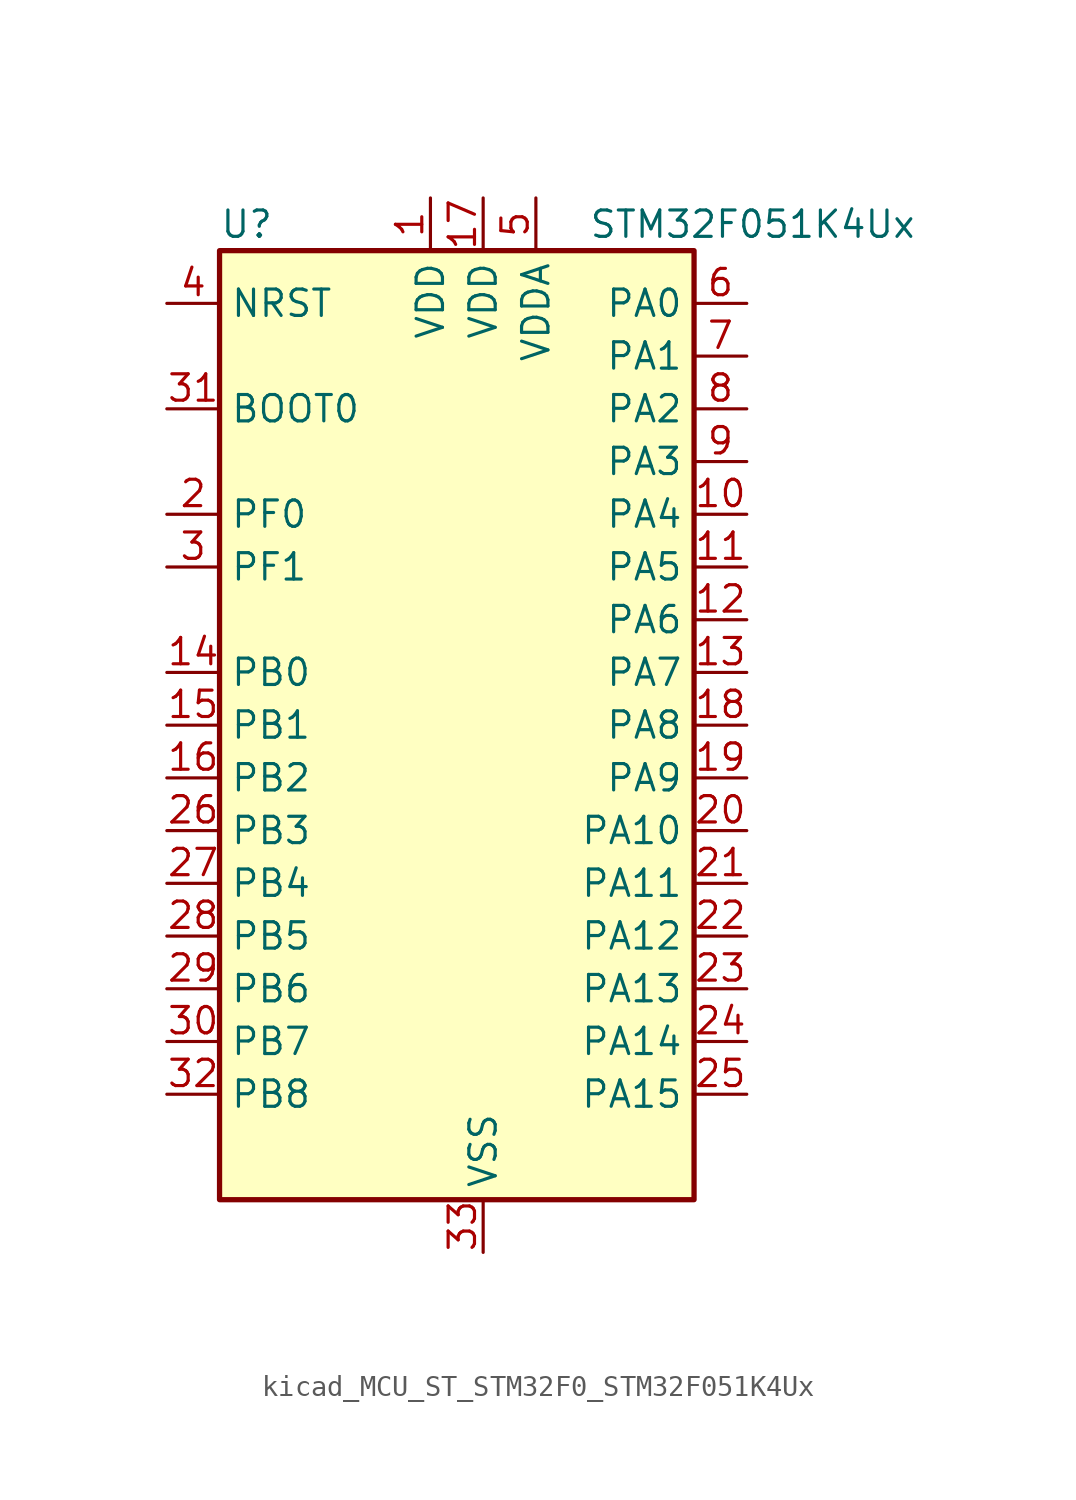
<source format=kicad_sym>
(kicad_symbol_lib
  (version 20220914)
  (generator kicad_symbol_editor)
  (symbol "kicad_MCU_ST_STM32F0_STM32F051K4Ux"
    (property "Reference" "U"
      (at -10.16 24.13 0)
      (effects (font (size 1.27 1.27)) (justify left)))
    (property "Value" "STM32F051K4Ux"
      (at 7.62 24.13 0)
      (effects (font (size 1.27 1.27)) (justify left)))
    (property "ki_locked" ""
      (at 0 0 0)
      (effects (font (size 1.27 1.27))))
    (symbol "kicad_MCU_ST_STM32F0_STM32F051K4Ux_0_1"
      (rectangle (start -10.16 -22.86) (end 12.7 22.86) (stroke (width 0.254) (type default)) (fill (type background))))
    (symbol "kicad_MCU_ST_STM32F0_STM32F051K4Ux_1_1"
      (pin power_in line (at 0 25.4 270) (length 2.54) (name "VDD" (effects (font (size 1.27 1.27)))) (number "1" (effects (font (size 1.27 1.27)))))
      (pin bidirectional line (at 15.24 10.16 180) (length 2.54) (name "PA4" (effects (font (size 1.27 1.27)))) (number "10" (effects (font (size 1.27 1.27)))) (alternate "ADC_IN4" bidirectional line) (alternate "COMP1_INM" bidirectional line) (alternate "COMP2_INM" bidirectional line) (alternate "DAC1_OUT1" bidirectional line) (alternate "I2S1_WS" bidirectional line) (alternate "SPI1_NSS" bidirectional line) (alternate "TIM14_CH1" bidirectional line) (alternate "TSC_G2_IO1" bidirectional line))
      (pin bidirectional line (at 15.24 7.62 180) (length 2.54) (name "PA5" (effects (font (size 1.27 1.27)))) (number "11" (effects (font (size 1.27 1.27)))) (alternate "ADC_IN5" bidirectional line) (alternate "CEC" bidirectional line) (alternate "COMP1_INM" bidirectional line) (alternate "COMP2_INM" bidirectional line) (alternate "I2S1_CK" bidirectional line) (alternate "SPI1_SCK" bidirectional line) (alternate "TIM2_CH1" bidirectional line) (alternate "TIM2_ETR" bidirectional line) (alternate "TSC_G2_IO2" bidirectional line))
      (pin bidirectional line (at 15.24 5.08 180) (length 2.54) (name "PA6" (effects (font (size 1.27 1.27)))) (number "12" (effects (font (size 1.27 1.27)))) (alternate "ADC_IN6" bidirectional line) (alternate "COMP1_OUT" bidirectional line) (alternate "I2S1_MCK" bidirectional line) (alternate "SPI1_MISO" bidirectional line) (alternate "TIM16_CH1" bidirectional line) (alternate "TIM1_BKIN" bidirectional line) (alternate "TIM3_CH1" bidirectional line) (alternate "TSC_G2_IO3" bidirectional line))
      (pin bidirectional line (at 15.24 2.54 180) (length 2.54) (name "PA7" (effects (font (size 1.27 1.27)))) (number "13" (effects (font (size 1.27 1.27)))) (alternate "ADC_IN7" bidirectional line) (alternate "COMP2_OUT" bidirectional line) (alternate "I2S1_SD" bidirectional line) (alternate "SPI1_MOSI" bidirectional line) (alternate "TIM14_CH1" bidirectional line) (alternate "TIM17_CH1" bidirectional line) (alternate "TIM1_CH1N" bidirectional line) (alternate "TIM3_CH2" bidirectional line) (alternate "TSC_G2_IO4" bidirectional line))
      (pin bidirectional line (at -12.7 2.54 0) (length 2.54) (name "PB0" (effects (font (size 1.27 1.27)))) (number "14" (effects (font (size 1.27 1.27)))) (alternate "ADC_IN8" bidirectional line) (alternate "TIM1_CH2N" bidirectional line) (alternate "TIM3_CH3" bidirectional line) (alternate "TSC_G3_IO2" bidirectional line))
      (pin bidirectional line (at -12.7 0 0) (length 2.54) (name "PB1" (effects (font (size 1.27 1.27)))) (number "15" (effects (font (size 1.27 1.27)))) (alternate "ADC_IN9" bidirectional line) (alternate "TIM14_CH1" bidirectional line) (alternate "TIM1_CH3N" bidirectional line) (alternate "TIM3_CH4" bidirectional line) (alternate "TSC_G3_IO3" bidirectional line))
      (pin bidirectional line (at -12.7 -2.54 0) (length 2.54) (name "PB2" (effects (font (size 1.27 1.27)))) (number "16" (effects (font (size 1.27 1.27)))) (alternate "TSC_G3_IO4" bidirectional line))
      (pin power_in line (at 2.54 25.4 270) (length 2.54) (name "VDD" (effects (font (size 1.27 1.27)))) (number "17" (effects (font (size 1.27 1.27)))))
      (pin bidirectional line (at 15.24 0 180) (length 2.54) (name "PA8" (effects (font (size 1.27 1.27)))) (number "18" (effects (font (size 1.27 1.27)))) (alternate "RCC_MCO" bidirectional line) (alternate "TIM1_CH1" bidirectional line) (alternate "USART1_CK" bidirectional line))
      (pin bidirectional line (at 15.24 -2.54 180) (length 2.54) (name "PA9" (effects (font (size 1.27 1.27)))) (number "19" (effects (font (size 1.27 1.27)))) (alternate "DAC1_EXTI9" bidirectional line) (alternate "TIM15_BKIN" bidirectional line) (alternate "TIM1_CH2" bidirectional line) (alternate "TSC_G4_IO1" bidirectional line) (alternate "USART1_TX" bidirectional line))
      (pin bidirectional line (at -12.7 10.16 0) (length 2.54) (name "PF0" (effects (font (size 1.27 1.27)))) (number "2" (effects (font (size 1.27 1.27)))) (alternate "RCC_OSC_IN" bidirectional line))
      (pin bidirectional line (at 15.24 -5.08 180) (length 2.54) (name "PA10" (effects (font (size 1.27 1.27)))) (number "20" (effects (font (size 1.27 1.27)))) (alternate "TIM17_BKIN" bidirectional line) (alternate "TIM1_CH3" bidirectional line) (alternate "TSC_G4_IO2" bidirectional line) (alternate "USART1_RX" bidirectional line))
      (pin bidirectional line (at 15.24 -7.62 180) (length 2.54) (name "PA11" (effects (font (size 1.27 1.27)))) (number "21" (effects (font (size 1.27 1.27)))) (alternate "COMP1_OUT" bidirectional line) (alternate "TIM1_CH4" bidirectional line) (alternate "TSC_G4_IO3" bidirectional line) (alternate "USART1_CTS" bidirectional line))
      (pin bidirectional line (at 15.24 -10.16 180) (length 2.54) (name "PA12" (effects (font (size 1.27 1.27)))) (number "22" (effects (font (size 1.27 1.27)))) (alternate "COMP2_OUT" bidirectional line) (alternate "TIM1_ETR" bidirectional line) (alternate "TSC_G4_IO4" bidirectional line) (alternate "USART1_DE" bidirectional line) (alternate "USART1_RTS" bidirectional line))
      (pin bidirectional line (at 15.24 -12.7 180) (length 2.54) (name "PA13" (effects (font (size 1.27 1.27)))) (number "23" (effects (font (size 1.27 1.27)))) (alternate "IR_OUT" bidirectional line) (alternate "SYS_SWDIO" bidirectional line))
      (pin bidirectional line (at 15.24 -15.24 180) (length 2.54) (name "PA14" (effects (font (size 1.27 1.27)))) (number "24" (effects (font (size 1.27 1.27)))) (alternate "SYS_SWCLK" bidirectional line))
      (pin bidirectional line (at 15.24 -17.78 180) (length 2.54) (name "PA15" (effects (font (size 1.27 1.27)))) (number "25" (effects (font (size 1.27 1.27)))) (alternate "I2S1_WS" bidirectional line) (alternate "SPI1_NSS" bidirectional line) (alternate "TIM2_CH1" bidirectional line) (alternate "TIM2_ETR" bidirectional line))
      (pin bidirectional line (at -12.7 -5.08 0) (length 2.54) (name "PB3" (effects (font (size 1.27 1.27)))) (number "26" (effects (font (size 1.27 1.27)))) (alternate "I2S1_CK" bidirectional line) (alternate "SPI1_SCK" bidirectional line) (alternate "TIM2_CH2" bidirectional line) (alternate "TSC_G5_IO1" bidirectional line))
      (pin bidirectional line (at -12.7 -7.62 0) (length 2.54) (name "PB4" (effects (font (size 1.27 1.27)))) (number "27" (effects (font (size 1.27 1.27)))) (alternate "I2S1_MCK" bidirectional line) (alternate "SPI1_MISO" bidirectional line) (alternate "TIM3_CH1" bidirectional line) (alternate "TSC_G5_IO2" bidirectional line))
      (pin bidirectional line (at -12.7 -10.16 0) (length 2.54) (name "PB5" (effects (font (size 1.27 1.27)))) (number "28" (effects (font (size 1.27 1.27)))) (alternate "I2C1_SMBA" bidirectional line) (alternate "I2S1_SD" bidirectional line) (alternate "SPI1_MOSI" bidirectional line) (alternate "TIM16_BKIN" bidirectional line) (alternate "TIM3_CH2" bidirectional line))
      (pin bidirectional line (at -12.7 -12.7 0) (length 2.54) (name "PB6" (effects (font (size 1.27 1.27)))) (number "29" (effects (font (size 1.27 1.27)))) (alternate "I2C1_SCL" bidirectional line) (alternate "TIM16_CH1N" bidirectional line) (alternate "TSC_G5_IO3" bidirectional line) (alternate "USART1_TX" bidirectional line))
      (pin bidirectional line (at -12.7 7.62 0) (length 2.54) (name "PF1" (effects (font (size 1.27 1.27)))) (number "3" (effects (font (size 1.27 1.27)))) (alternate "RCC_OSC_OUT" bidirectional line))
      (pin bidirectional line (at -12.7 -15.24 0) (length 2.54) (name "PB7" (effects (font (size 1.27 1.27)))) (number "30" (effects (font (size 1.27 1.27)))) (alternate "I2C1_SDA" bidirectional line) (alternate "TIM17_CH1N" bidirectional line) (alternate "TSC_G5_IO4" bidirectional line) (alternate "USART1_RX" bidirectional line))
      (pin input line (at -12.7 15.24 0) (length 2.54) (name "BOOT0" (effects (font (size 1.27 1.27)))) (number "31" (effects (font (size 1.27 1.27)))))
      (pin bidirectional line (at -12.7 -17.78 0) (length 2.54) (name "PB8" (effects (font (size 1.27 1.27)))) (number "32" (effects (font (size 1.27 1.27)))) (alternate "CEC" bidirectional line) (alternate "I2C1_SCL" bidirectional line) (alternate "TIM16_CH1" bidirectional line) (alternate "TSC_SYNC" bidirectional line))
      (pin power_in line (at 2.54 -25.4 90) (length 2.54) (name "VSS" (effects (font (size 1.27 1.27)))) (number "33" (effects (font (size 1.27 1.27)))))
      (pin input line (at -12.7 20.32 0) (length 2.54) (name "NRST" (effects (font (size 1.27 1.27)))) (number "4" (effects (font (size 1.27 1.27)))))
      (pin power_in line (at 5.08 25.4 270) (length 2.54) (name "VDDA" (effects (font (size 1.27 1.27)))) (number "5" (effects (font (size 1.27 1.27)))))
      (pin bidirectional line (at 15.24 20.32 180) (length 2.54) (name "PA0" (effects (font (size 1.27 1.27)))) (number "6" (effects (font (size 1.27 1.27)))) (alternate "ADC_IN0" bidirectional line) (alternate "COMP1_INM" bidirectional line) (alternate "COMP1_OUT" bidirectional line) (alternate "RTC_TAMP2" bidirectional line) (alternate "SYS_WKUP1" bidirectional line) (alternate "TIM2_CH1" bidirectional line) (alternate "TIM2_ETR" bidirectional line) (alternate "TSC_G1_IO1" bidirectional line))
      (pin bidirectional line (at 15.24 17.78 180) (length 2.54) (name "PA1" (effects (font (size 1.27 1.27)))) (number "7" (effects (font (size 1.27 1.27)))) (alternate "ADC_IN1" bidirectional line) (alternate "COMP1_INP" bidirectional line) (alternate "TIM2_CH2" bidirectional line) (alternate "TSC_G1_IO2" bidirectional line))
      (pin bidirectional line (at 15.24 15.24 180) (length 2.54) (name "PA2" (effects (font (size 1.27 1.27)))) (number "8" (effects (font (size 1.27 1.27)))) (alternate "ADC_IN2" bidirectional line) (alternate "COMP2_INM" bidirectional line) (alternate "COMP2_OUT" bidirectional line) (alternate "TIM15_CH1" bidirectional line) (alternate "TIM2_CH3" bidirectional line) (alternate "TSC_G1_IO3" bidirectional line))
      (pin bidirectional line (at 15.24 12.7 180) (length 2.54) (name "PA3" (effects (font (size 1.27 1.27)))) (number "9" (effects (font (size 1.27 1.27)))) (alternate "ADC_IN3" bidirectional line) (alternate "COMP2_INP" bidirectional line) (alternate "TIM15_CH2" bidirectional line) (alternate "TIM2_CH4" bidirectional line) (alternate "TSC_G1_IO4" bidirectional line)))))
</source>
